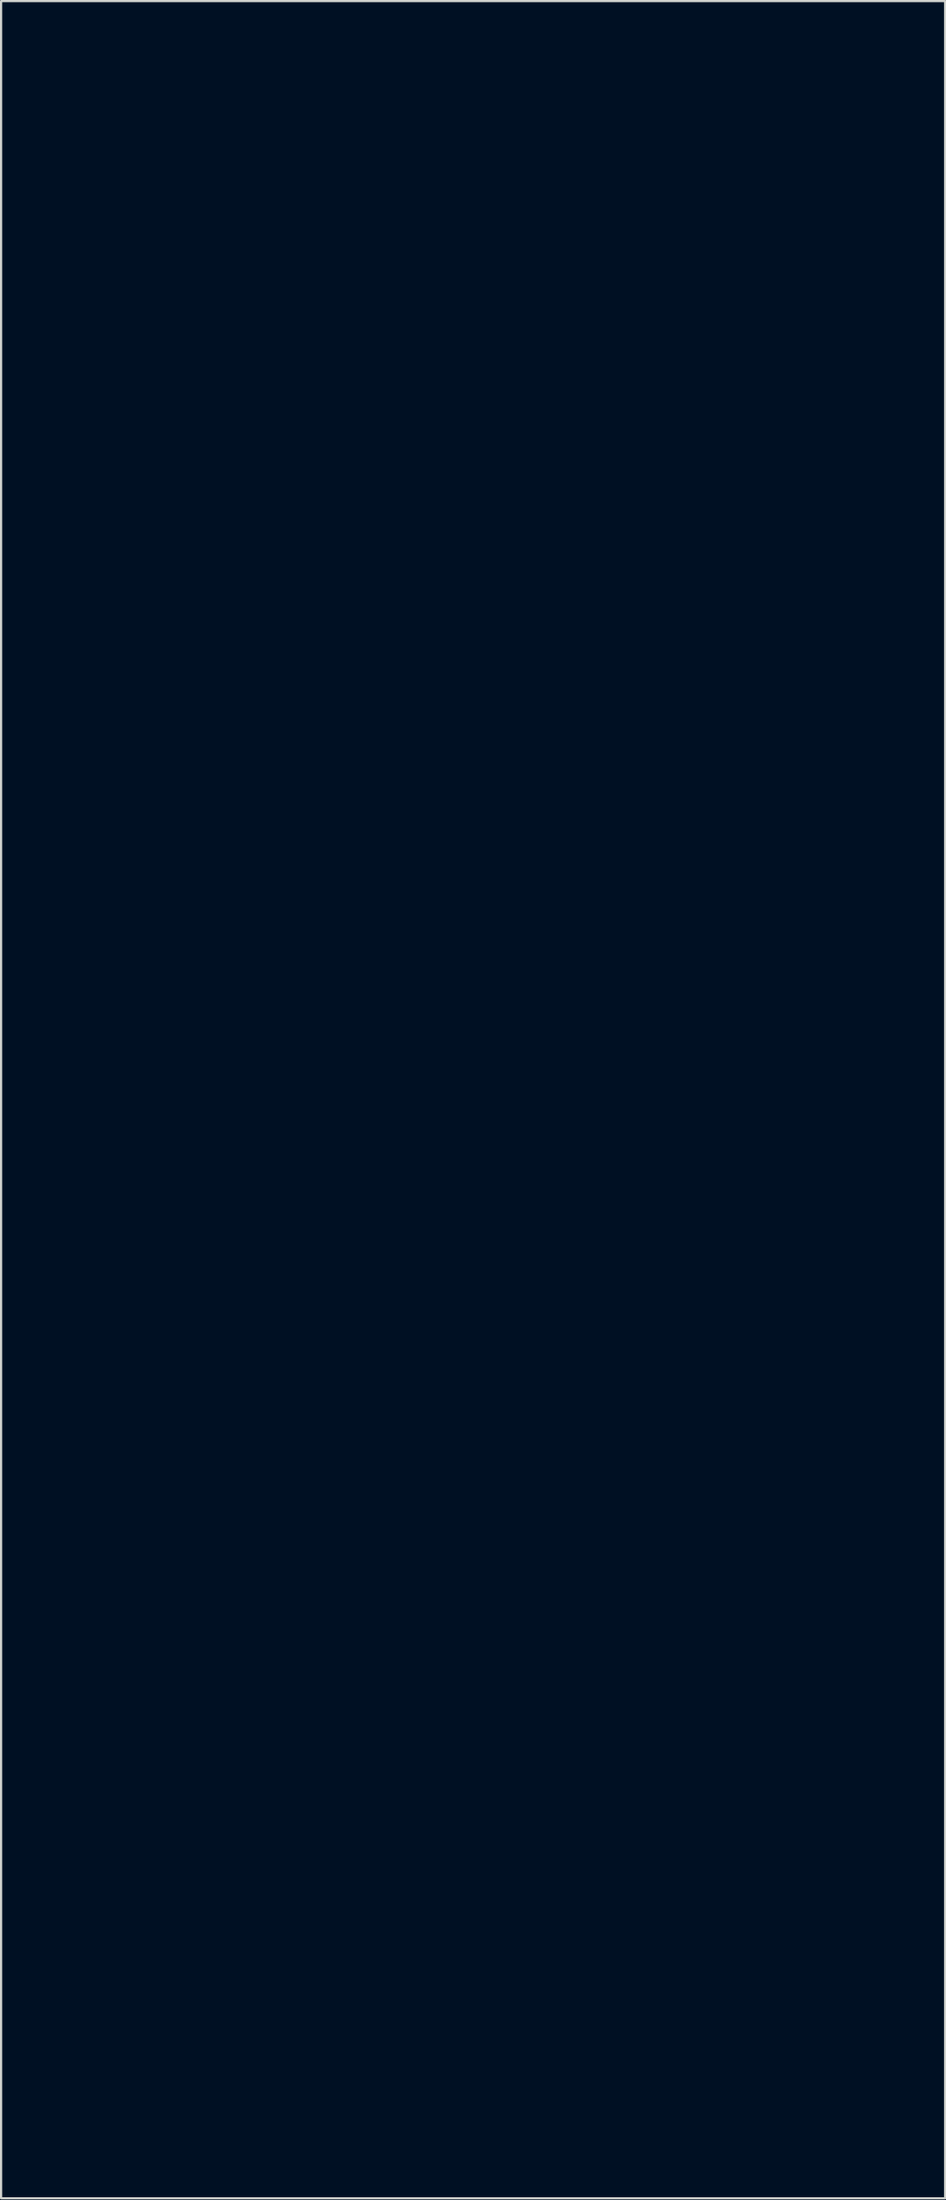
<source format=kicad_pcb>
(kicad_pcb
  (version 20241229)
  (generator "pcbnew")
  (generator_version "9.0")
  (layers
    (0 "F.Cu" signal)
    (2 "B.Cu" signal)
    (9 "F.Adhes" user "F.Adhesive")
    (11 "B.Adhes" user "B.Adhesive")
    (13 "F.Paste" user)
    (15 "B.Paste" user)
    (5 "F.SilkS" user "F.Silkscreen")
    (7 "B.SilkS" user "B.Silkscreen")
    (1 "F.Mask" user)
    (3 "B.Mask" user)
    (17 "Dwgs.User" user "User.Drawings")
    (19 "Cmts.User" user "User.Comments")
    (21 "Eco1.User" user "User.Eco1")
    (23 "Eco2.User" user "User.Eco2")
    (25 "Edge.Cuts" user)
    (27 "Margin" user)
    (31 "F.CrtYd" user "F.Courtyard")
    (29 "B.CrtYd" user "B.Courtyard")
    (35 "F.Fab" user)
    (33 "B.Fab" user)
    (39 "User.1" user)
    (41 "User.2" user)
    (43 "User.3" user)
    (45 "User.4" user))
  (footprint "Nikolett_F.Mask"
    (layer "F.Cu")
    (at 27.884 47.399)
    (property "Reference" "Nikolett_F.Mask" (at 0 0 0) (layer "F.Mask") (effects (font (size 1.524 1.524) (thickness 0.3))))
    (attr through_hole)
    (fp_poly (pts (xy -24.81 -47.387) (xy -24.639 -47.369) (xy -24.585 -47.361) (xy -24.253 -47.281) (xy -23.938 -47.163) (xy -23.642 -47.011) (xy -23.367 -46.827) (xy -23.117 -46.613) (xy -22.893 -46.371) (xy -22.699 -46.105) (xy -22.536 -45.817) (xy -22.408 -45.509) (xy -22.317 -45.183) (xy -22.31 -45.152) (xy -22.262 -44.813) (xy -22.255 -44.476) (xy -22.287 -44.145) (xy -22.357 -43.822) (xy -22.465 -43.512) (xy -22.607 -43.216) (xy -22.784 -42.938) (xy -22.993 -42.681) (xy -23.233 -42.448) (xy -23.503 -42.243) (xy -23.675 -42.136) (xy -23.949 -42) (xy -24.243 -41.893) (xy -24.549 -41.817) (xy -24.859 -41.774) (xy -25.163 -41.765) (xy -25.337 -41.777) (xy -25.677 -41.833) (xy -26.003 -41.928) (xy -26.311 -42.058) (xy -26.599 -42.222) (xy -26.864 -42.417) (xy -27.104 -42.64) (xy -27.317 -42.891) (xy -27.501 -43.165) (xy -27.652 -43.462) (xy -27.768 -43.778) (xy -27.845 -44.101) (xy -27.866 -44.261) (xy -27.877 -44.447) (xy -27.879 -44.628) (xy -27.386 -44.628) (xy -27.384 -44.444) (xy -27.371 -44.275) (xy -27.361 -44.205) (xy -27.287 -43.899) (xy -27.176 -43.611) (xy -27.03 -43.344) (xy -26.853 -43.1) (xy -26.646 -42.881) (xy -26.412 -42.691) (xy -26.153 -42.531) (xy -25.872 -42.405) (xy -25.572 -42.314) (xy -25.514 -42.302) (xy -25.404 -42.286) (xy -25.265 -42.278) (xy -25.108 -42.275) (xy -24.943 -42.279) (xy -24.782 -42.289) (xy -24.637 -42.303) (xy -24.519 -42.323) (xy -24.486 -42.331) (xy -24.188 -42.435) (xy -23.91 -42.573) (xy -23.654 -42.746) (xy -23.425 -42.948) (xy -23.223 -43.179) (xy -23.052 -43.434) (xy -22.915 -43.712) (xy -22.816 -44.001) (xy -22.792 -44.117) (xy -22.774 -44.262) (xy -22.762 -44.424) (xy -22.756 -44.592) (xy -22.758 -44.752) (xy -22.767 -44.893) (xy -22.775 -44.954) (xy -22.844 -45.254) (xy -22.95 -45.537) (xy -23.091 -45.802) (xy -23.264 -46.044) (xy -23.466 -46.263) (xy -23.695 -46.454) (xy -23.948 -46.616) (xy -24.223 -46.745) (xy -24.516 -46.84) (xy -24.689 -46.877) (xy -24.845 -46.895) (xy -25.024 -46.902) (xy -25.211 -46.898) (xy -25.392 -46.884) (xy -25.553 -46.859) (xy -25.619 -46.844) (xy -25.921 -46.743) (xy -26.203 -46.606) (xy -26.461 -46.437) (xy -26.694 -46.236) (xy -26.898 -46.007) (xy -27.072 -45.751) (xy -27.213 -45.472) (xy -27.318 -45.172) (xy -27.328 -45.134) (xy -27.358 -44.988) (xy -27.377 -44.815) (xy -27.386 -44.628) (xy -27.879 -44.628) (xy -27.879 -44.644) (xy -27.871 -44.837) (xy -27.854 -45.01) (xy -27.845 -45.064) (xy -27.772 -45.374) (xy -27.661 -45.68) (xy -27.518 -45.973) (xy -27.354 -46.232) (xy -27.257 -46.354) (xy -27.134 -46.489) (xy -26.997 -46.625) (xy -26.856 -46.754) (xy -26.721 -46.864) (xy -26.639 -46.923) (xy -26.359 -47.087) (xy -26.057 -47.22) (xy -25.745 -47.319) (xy -25.548 -47.361) (xy -25.386 -47.382) (xy -25.198 -47.393) (xy -25.001 -47.394) (xy -24.81 -47.387)) (stroke (width 0.01) (type solid)) (fill yes) (layer "F.Mask"))
    (fp_poly (pts (xy -17.162 34.312) (xy -16.68 34.37) (xy -16.206 34.467) (xy -15.743 34.6) (xy -15.293 34.768) (xy -14.857 34.971) (xy -14.437 35.208) (xy -14.037 35.478) (xy -13.657 35.779) (xy -13.3 36.112) (xy -12.969 36.474) (xy -12.664 36.865) (xy -12.389 37.285) (xy -12.213 37.599) (xy -11.998 38.053) (xy -11.822 38.522) (xy -11.686 39.003) (xy -11.59 39.492) (xy -11.533 39.988) (xy -11.517 40.488) (xy -11.542 40.988) (xy -11.608 41.486) (xy -11.696 41.906) (xy -11.837 42.389) (xy -12.015 42.855) (xy -12.228 43.3) (xy -12.475 43.725) (xy -12.753 44.126) (xy -13.061 44.504) (xy -13.398 44.855) (xy -13.76 45.178) (xy -14.147 45.472) (xy -14.557 45.735) (xy -14.987 45.966) (xy -15.437 46.162) (xy -15.903 46.323) (xy -16.385 46.446) (xy -16.881 46.53) (xy -16.905 46.533) (xy -17.086 46.551) (xy -17.291 46.565) (xy -17.508 46.574) (xy -17.722 46.577) (xy -17.922 46.575) (xy -18.093 46.566) (xy -18.098 46.566) (xy -18.608 46.506) (xy -19.108 46.405) (xy -19.596 46.264) (xy -20.07 46.083) (xy -20.529 45.864) (xy -20.971 45.606) (xy -21.395 45.311) (xy -21.442 45.275) (xy -21.565 45.174) (xy -21.707 45.048) (xy -21.859 44.905) (xy -22.014 44.753) (xy -22.163 44.601) (xy -22.298 44.456) (xy -22.411 44.326) (xy -22.431 44.302) (xy -22.665 43.99) (xy -22.887 43.651) (xy -23.09 43.298) (xy -23.268 42.939) (xy -23.416 42.586) (xy -23.439 42.523) (xy -23.59 42.04) (xy -23.701 41.549) (xy -23.772 41.051) (xy -23.802 40.551) (xy -23.799 40.406) (xy -22.796 40.406) (xy -22.793 40.604) (xy -22.786 40.793) (xy -22.774 40.961) (xy -22.764 41.057) (xy -22.685 41.516) (xy -22.571 41.953) (xy -22.42 42.371) (xy -22.289 42.661) (xy -22.118 42.988) (xy -21.935 43.284) (xy -21.734 43.562) (xy -21.506 43.832) (xy -21.347 44.003) (xy -21.247 44.103) (xy -21.142 44.203) (xy -21.037 44.299) (xy -20.936 44.388) (xy -20.844 44.464) (xy -20.765 44.526) (xy -20.705 44.567) (xy -20.668 44.585) (xy -20.659 44.584) (xy -20.649 44.562) (xy -20.624 44.504) (xy -20.585 44.413) (xy -20.535 44.293) (xy -20.474 44.146) (xy -20.404 43.977) (xy -20.326 43.788) (xy -20.241 43.582) (xy -20.152 43.363) (xy -20.101 43.24) (xy -20.009 43.015) (xy -19.922 42.802) (xy -19.841 42.603) (xy -19.768 42.422) (xy -19.704 42.262) (xy -19.649 42.127) (xy -19.607 42.02) (xy -19.576 41.943) (xy -19.56 41.9) (xy -19.558 41.892) (xy -19.563 41.882) (xy -15.769 41.882) (xy -15.761 41.904) (xy -15.739 41.962) (xy -15.704 42.05) (xy -15.657 42.166) (xy -15.6 42.305) (xy -15.536 42.464) (xy -15.464 42.639) (xy -15.388 42.826) (xy -15.308 43.02) (xy -15.226 43.219) (xy -15.144 43.419) (xy -15.063 43.615) (xy -14.985 43.803) (xy -14.912 43.981) (xy -14.844 44.143) (xy -14.784 44.287) (xy -14.734 44.408) (xy -14.694 44.502) (xy -14.666 44.567) (xy -14.653 44.596) (xy -14.651 44.598) (xy -14.632 44.586) (xy -14.587 44.552) (xy -14.521 44.501) (xy -14.444 44.439) (xy -14.438 44.435) (xy -14.092 44.13) (xy -13.776 43.797) (xy -13.492 43.438) (xy -13.242 43.056) (xy -13.026 42.652) (xy -12.846 42.229) (xy -12.702 41.789) (xy -12.597 41.334) (xy -12.549 41.021) (xy -12.535 40.878) (xy -12.527 40.704) (xy -12.524 40.512) (xy -12.525 40.312) (xy -12.531 40.117) (xy -12.542 39.937) (xy -12.557 39.785) (xy -12.56 39.762) (xy -12.646 39.294) (xy -12.771 38.844) (xy -12.934 38.413) (xy -13.135 38) (xy -13.373 37.607) (xy -13.649 37.233) (xy -13.962 36.88) (xy -14.032 36.808) (xy -14.139 36.705) (xy -14.246 36.604) (xy -14.351 36.511) (xy -14.447 36.429) (xy -14.531 36.361) (xy -14.597 36.312) (xy -14.642 36.286) (xy -14.659 36.284) (xy -14.669 36.305) (xy -14.693 36.362) (xy -14.731 36.452) (xy -14.781 36.571) (xy -14.841 36.716) (xy -14.911 36.885) (xy -14.989 37.074) (xy -15.074 37.279) (xy -15.164 37.498) (xy -15.221 37.637) (xy -15.329 37.9) (xy -15.422 38.128) (xy -15.501 38.321) (xy -15.567 38.484) (xy -15.621 38.619) (xy -15.663 38.729) (xy -15.696 38.817) (xy -15.72 38.884) (xy -15.736 38.935) (xy -15.746 38.972) (xy -15.749 38.997) (xy -15.748 39.014) (xy -15.744 39.024) (xy -15.636 39.205) (xy -15.55 39.361) (xy -15.482 39.499) (xy -15.429 39.627) (xy -15.387 39.754) (xy -15.352 39.887) (xy -15.346 39.915) (xy -15.297 40.232) (xy -15.29 40.545) (xy -15.326 40.853) (xy -15.378 41.078) (xy -15.424 41.214) (xy -15.483 41.364) (xy -15.552 41.512) (xy -15.622 41.648) (xy -15.689 41.756) (xy -15.696 41.766) (xy -15.735 41.823) (xy -15.762 41.865) (xy -15.769 41.882) (xy -19.563 41.882) (xy -19.569 41.867) (xy -19.597 41.815) (xy -19.639 41.744) (xy -19.674 41.688) (xy -19.808 41.439) (xy -19.919 41.155) (xy -19.966 41) (xy -19.983 40.936) (xy -19.994 40.871) (xy -20.003 40.797) (xy -20.008 40.706) (xy -20.011 40.59) (xy -20.012 40.44) (xy -20.012 40.439) (xy -20.012 40.295) (xy -20.011 40.185) (xy -20.007 40.099) (xy -20 40.029) (xy -19.989 39.965) (xy -19.974 39.899) (xy -19.954 39.826) (xy -19.898 39.653) (xy -19.825 39.473) (xy -19.742 39.301) (xy -19.656 39.151) (xy -19.635 39.119) (xy -19.595 39.057) (xy -19.567 39.007) (xy -19.558 38.981) (xy -19.566 38.955) (xy -19.588 38.894) (xy -19.624 38.803) (xy -19.671 38.684) (xy -19.728 38.543) (xy -19.793 38.382) (xy -19.865 38.206) (xy -19.942 38.019) (xy -20.022 37.825) (xy -20.104 37.626) (xy -20.187 37.428) (xy -20.268 37.234) (xy -20.346 37.048) (xy -20.419 36.873) (xy -20.487 36.714) (xy -20.546 36.575) (xy -20.596 36.459) (xy -20.635 36.371) (xy -20.662 36.313) (xy -20.674 36.29) (xy -20.675 36.29) (xy -20.707 36.304) (xy -20.764 36.343) (xy -20.841 36.403) (xy -20.933 36.478) (xy -21.033 36.565) (xy -21.136 36.659) (xy -21.238 36.755) (xy -21.293 36.809) (xy -21.609 37.154) (xy -21.89 37.522) (xy -22.135 37.913) (xy -22.344 38.322) (xy -22.516 38.749) (xy -22.649 39.191) (xy -22.742 39.645) (xy -22.775 39.889) (xy -22.787 40.036) (xy -22.794 40.213) (xy -22.796 40.406) (xy -23.799 40.406) (xy -23.791 40.051) (xy -23.74 39.554) (xy -23.648 39.062) (xy -23.545 38.672) (xy -23.378 38.193) (xy -23.175 37.733) (xy -22.937 37.295) (xy -22.666 36.879) (xy -22.364 36.489) (xy -22.033 36.124) (xy -21.674 35.788) (xy -21.289 35.481) (xy -20.879 35.205) (xy -20.448 34.962) (xy -19.995 34.754) (xy -19.524 34.583) (xy -19.131 34.471) (xy -18.636 34.37) (xy -18.142 34.311) (xy -17.65 34.292) (xy -17.162 34.312)) (stroke (width 0.01) (type solid)) (fill yes) (layer "F.Mask")))
  (gr_rect
    (start -3 -3)
    (end 39.963 96.981)
    (stroke (width 0.1) (type default))
    (fill no)
    (layer "Edge.Cuts")))
</source>
